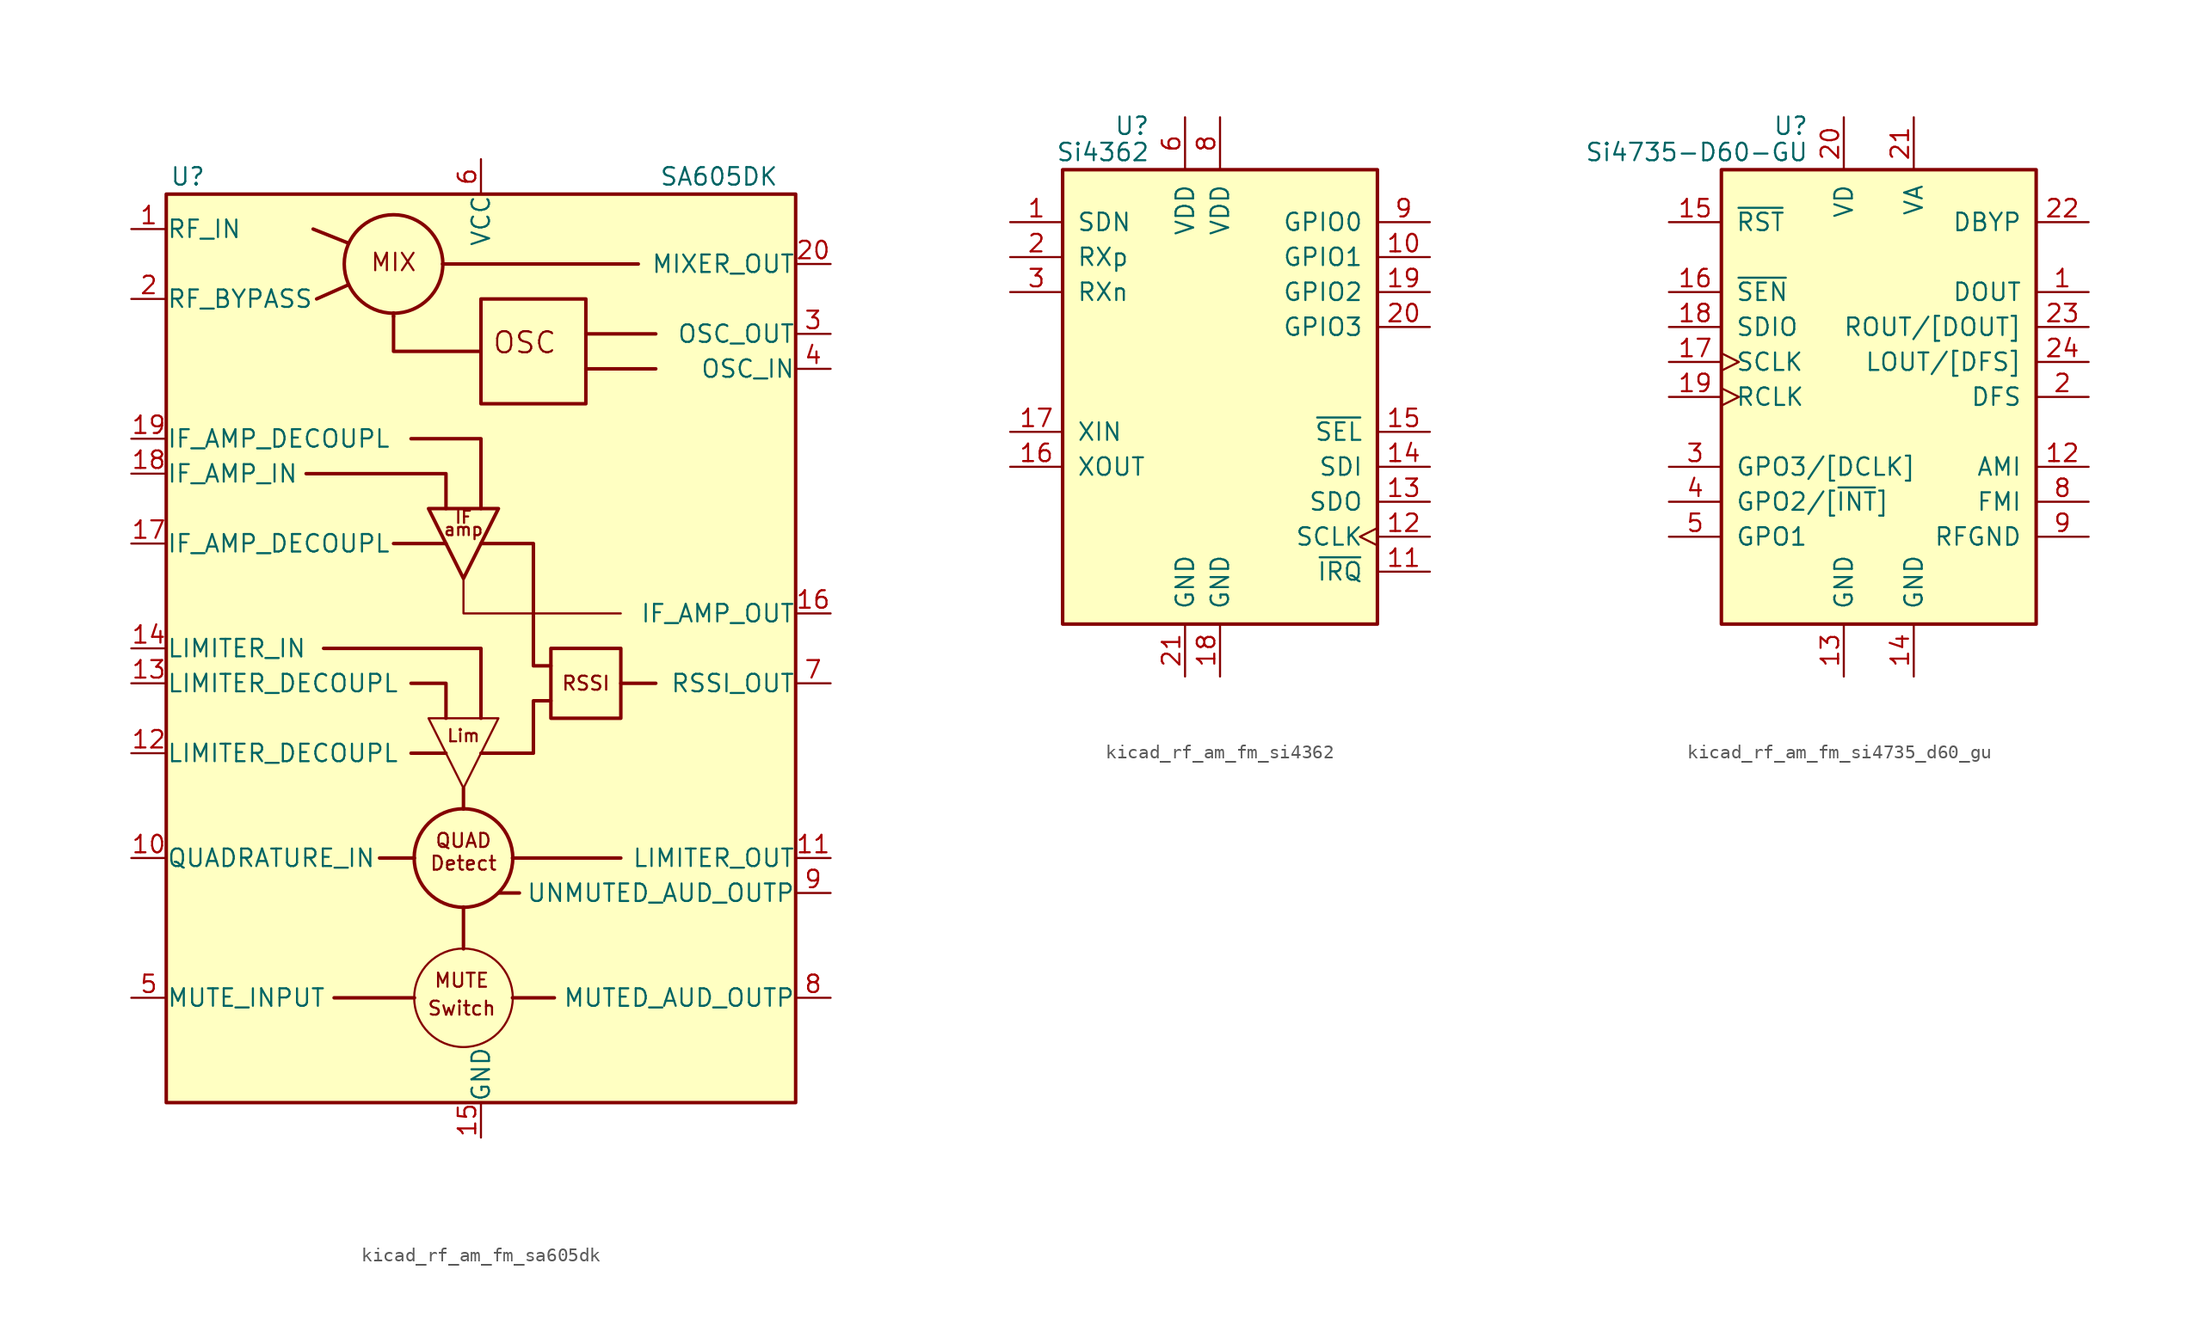
<source format=kicad_sym>
(kicad_symbol_lib
  (version 20220914)
  (generator kicad_symbol_editor)
  (symbol "kicad_rf_am_fm_sa605dk"
    (pin_names
      (offset 0.025))
    (property "Reference" "U"
      (at -22.606 24.13 0)
      (effects (font (size 1.27 1.27)) (justify left)))
    (property "Value" "SA605DK"
      (at 12.954 24.13 0)
      (effects (font (size 1.27 1.27)) (justify left)))
    (symbol "kicad_rf_am_fm_sa605dk_0_0"
      (circle (center -1.27 -35.56) (radius 3.581) (stroke (width 0) (type default)) (fill (type none)))
      (circle (center -1.27 -25.4) (radius 3.581) (stroke (width 0.254) (type default)) (fill (type none)))
      (polyline (pts (xy -12.192 20.32) (xy -9.652 19.304)) (stroke (width 0.254) (type default)) (fill (type none)))
      (polyline (pts (xy -11.938 15.24) (xy -9.652 16.256)) (stroke (width 0.254) (type default)) (fill (type none)))
      (polyline (pts (xy -6.35 -2.54) (xy -2.54 -2.54)) (stroke (width 0.254) (type default)) (fill (type none)))
      (polyline (pts (xy -6.35 13.97) (xy -6.35 14.224)) (stroke (width 0.254) (type default)) (fill (type none)))
      (polyline (pts (xy -4.826 -35.56) (xy -10.668 -35.56)) (stroke (width 0.254) (type default)) (fill (type none)))
      (polyline (pts (xy -4.826 -25.4) (xy -7.366 -25.4)) (stroke (width 0.254) (type default)) (fill (type none)))
      (polyline (pts (xy -2.54 -17.78) (xy -5.08 -17.78)) (stroke (width 0.254) (type default)) (fill (type none)))
      (polyline (pts (xy -2.54 17.78) (xy -2.794 17.78)) (stroke (width 0.254) (type default)) (fill (type none)))
      (polyline (pts (xy -1.27 -28.956) (xy -1.27 -32.004)) (stroke (width 0.254) (type default)) (fill (type none)))
      (polyline (pts (xy -1.27 -20.32) (xy -1.27 -21.844)) (stroke (width 0.254) (type default)) (fill (type none)))
      (polyline (pts (xy 1.27 -27.94) (xy 2.794 -27.94)) (stroke (width 0.254) (type default)) (fill (type none)))
      (polyline (pts (xy 2.286 -35.56) (xy 5.334 -35.56)) (stroke (width 0.254) (type default)) (fill (type none)))
      (polyline (pts (xy 2.286 -25.4) (xy 10.16 -25.4)) (stroke (width 0.254) (type default)) (fill (type none)))
      (polyline (pts (xy 7.62 10.16) (xy 12.7 10.16)) (stroke (width 0.254) (type default)) (fill (type none)))
      (polyline (pts (xy 10.16 -12.7) (xy 12.7 -12.7)) (stroke (width 0.254) (type default)) (fill (type none)))
      (polyline (pts (xy 11.43 17.78) (xy -2.54 17.78)) (stroke (width 0.254) (type default)) (fill (type none)))
      (polyline (pts (xy 12.7 12.7) (xy 7.62 12.7)) (stroke (width 0.254) (type default)) (fill (type none)))
      (polyline (pts (xy -12.7 2.54) (xy -2.54 2.54) (xy -2.54 0)) (stroke (width 0.254) (type default)) (fill (type none)))
      (polyline (pts (xy -11.43 -10.16) (xy 0 -10.16) (xy 0 -15.24)) (stroke (width 0.254) (type default)) (fill (type none)))
      (polyline (pts (xy -5.08 5.08) (xy 0 5.08) (xy 0 0)) (stroke (width 0.254) (type default)) (fill (type none)))
      (polyline (pts (xy -2.54 -15.24) (xy -2.54 -12.7) (xy -5.08 -12.7)) (stroke (width 0.254) (type default)) (fill (type none)))
      (polyline (pts (xy 0 11.43) (xy -6.35 11.43) (xy -6.35 13.97)) (stroke (width 0.254) (type default)) (fill (type none)))
      (polyline (pts (xy 0 -17.78) (xy 3.81 -17.78) (xy 3.81 -13.97) (xy 5.08 -13.97)) (stroke (width 0.254) (type default)) (fill (type none)))
      (polyline (pts (xy 0 -2.54) (xy 3.81 -2.54) (xy 3.81 -11.43) (xy 5.08 -11.43)) (stroke (width 0.254) (type default)) (fill (type none)))
      (polyline (pts (xy 1.27 -15.24) (xy -3.81 -15.24) (xy -1.27 -20.32) (xy 1.27 -15.24) (xy 1.27 -15.24)) (stroke (width 0) (type default)) (fill (type background)))
      (polyline (pts (xy 1.27 0) (xy -3.81 0) (xy -1.27 -5.08) (xy 1.27 0) (xy 1.27 0)) (stroke (width 0.254) (type default)) (fill (type background)))
      (text "amp" (at -1.27 -1.524 0) (effects (font (size 0.889 0.889))))
      (text "Detect" (at -1.27 -25.781 0) (effects (font (size 1.016 1.016))))
      (text "IF" (at -1.27 -0.635 0) (effects (font (size 0.889 0.889))))
      (text "Lim" (at -1.27 -16.51 0) (effects (font (size 0.889 0.889))))
      (text "MIX" (at -6.35 17.907 0) (effects (font (size 1.27 1.27))))
      (text "MUTE" (at -1.397 -34.29 0) (effects (font (size 1.016 1.016))))
      (text "OSC" (at 3.175 12.065 0) (effects (font (size 1.524 1.524))))
      (text "QUAD" (at -1.27 -24.13 0) (effects (font (size 1.016 1.016))))
      (text "RSSI" (at 7.62 -12.7 0) (effects (font (size 1.016 1.016))))
      (text "Switch" (at -1.397 -36.322 0) (effects (font (size 1.016 1.016)))))
    (symbol "kicad_rf_am_fm_sa605dk_0_1"
      (rectangle (start -22.86 22.86) (end 22.86 -43.18) (stroke (width 0.254) (type default)) (fill (type background)))
      (circle (center -6.35 17.78) (radius 3.581) (stroke (width 0.254) (type default)) (fill (type none)))
      (polyline (pts (xy -1.27 -5.08) (xy -1.27 -7.62) (xy 10.16 -7.62)) (stroke (width 0) (type default)) (fill (type none)))
      (rectangle (start 0 15.24) (end 7.62 7.62) (stroke (width 0.254) (type default)) (fill (type none)))
      (rectangle (start 5.08 -10.16) (end 10.16 -15.24) (stroke (width 0.254) (type default)) (fill (type none))))
    (symbol "kicad_rf_am_fm_sa605dk_1_1"
      (pin input line (at -25.4 20.32 0) (length 2.54) (name "RF_IN" (effects (font (size 1.27 1.27)))) (number "1" (effects (font (size 1.27 1.27)))))
      (pin input line (at -25.4 -25.4 0) (length 2.54) (name "QUADRATURE_IN" (effects (font (size 1.27 1.27)))) (number "10" (effects (font (size 1.27 1.27)))))
      (pin output line (at 25.4 -25.4 180) (length 2.54) (name "LIMITER_OUT" (effects (font (size 1.27 1.27)))) (number "11" (effects (font (size 1.27 1.27)))))
      (pin input line (at -25.4 -17.78 0) (length 2.54) (name "LIMITER_DECOUPL" (effects (font (size 1.27 1.27)))) (number "12" (effects (font (size 1.27 1.27)))))
      (pin input line (at -25.4 -12.7 0) (length 2.54) (name "LIMITER_DECOUPL" (effects (font (size 1.27 1.27)))) (number "13" (effects (font (size 1.27 1.27)))))
      (pin input line (at -25.4 -10.16 0) (length 2.54) (name "LIMITER_IN" (effects (font (size 1.27 1.27)))) (number "14" (effects (font (size 1.27 1.27)))))
      (pin power_in line (at 0 -45.72 90) (length 2.54) (name "GND" (effects (font (size 1.27 1.27)))) (number "15" (effects (font (size 1.27 1.27)))))
      (pin output line (at 25.4 -7.62 180) (length 2.54) (name "IF_AMP_OUT" (effects (font (size 1.27 1.27)))) (number "16" (effects (font (size 1.27 1.27)))))
      (pin input line (at -25.4 -2.54 0) (length 2.54) (name "IF_AMP_DECOUPL" (effects (font (size 1.27 1.27)))) (number "17" (effects (font (size 1.27 1.27)))))
      (pin input line (at -25.4 2.54 0) (length 2.54) (name "IF_AMP_IN" (effects (font (size 1.27 1.27)))) (number "18" (effects (font (size 1.27 1.27)))))
      (pin input line (at -25.4 5.08 0) (length 2.54) (name "IF_AMP_DECOUPL" (effects (font (size 1.27 1.27)))) (number "19" (effects (font (size 1.27 1.27)))))
      (pin input line (at -25.4 15.24 0) (length 2.54) (name "RF_BYPASS" (effects (font (size 1.27 1.27)))) (number "2" (effects (font (size 1.27 1.27)))))
      (pin output line (at 25.4 17.78 180) (length 2.54) (name "MIXER_OUT" (effects (font (size 1.27 1.27)))) (number "20" (effects (font (size 1.27 1.27)))))
      (pin output line (at 25.4 12.7 180) (length 2.54) (name "OSC_OUT" (effects (font (size 1.27 1.27)))) (number "3" (effects (font (size 1.27 1.27)))))
      (pin input line (at 25.4 10.16 180) (length 2.54) (name "OSC_IN" (effects (font (size 1.27 1.27)))) (number "4" (effects (font (size 1.27 1.27)))))
      (pin input line (at -25.4 -35.56 0) (length 2.54) (name "MUTE_INPUT" (effects (font (size 1.27 1.27)))) (number "5" (effects (font (size 1.27 1.27)))))
      (pin power_in line (at 0 25.4 270) (length 2.54) (name "VCC" (effects (font (size 1.27 1.27)))) (number "6" (effects (font (size 1.27 1.27)))))
      (pin output line (at 25.4 -12.7 180) (length 2.54) (name "RSSI_OUT" (effects (font (size 1.27 1.27)))) (number "7" (effects (font (size 1.27 1.27)))))
      (pin output line (at 25.4 -35.56 180) (length 2.54) (name "MUTED_AUD_OUTP" (effects (font (size 1.27 1.27)))) (number "8" (effects (font (size 1.27 1.27)))))
      (pin output line (at 25.4 -27.94 180) (length 2.54) (name "UNMUTED_AUD_OUTP" (effects (font (size 1.27 1.27)))) (number "9" (effects (font (size 1.27 1.27)))))))
  (symbol "kicad_rf_am_fm_si4362"
    (pin_names
      (offset 1.016))
    (property "Reference" "U"
      (at -5.08 19.685 0)
      (effects (font (size 1.27 1.27)) (justify right)))
    (property "Value" "Si4362"
      (at -5.08 17.78 0)
      (effects (font (size 1.27 1.27)) (justify right)))
    (symbol "kicad_rf_am_fm_si4362_0_1"
      (rectangle (start -11.43 16.51) (end 11.43 -16.51) (stroke (width 0.254) (type default)) (fill (type background))))
    (symbol "kicad_rf_am_fm_si4362_1_1"
      (pin input line (at -15.24 12.7 0) (length 3.81) (name "SDN" (effects (font (size 1.27 1.27)))) (number "1" (effects (font (size 1.27 1.27)))))
      (pin bidirectional line (at 15.24 10.16 180) (length 3.81) (name "GPIO1" (effects (font (size 1.27 1.27)))) (number "10" (effects (font (size 1.27 1.27)))))
      (pin output line (at 15.24 -12.7 180) (length 3.81) (name "~{IRQ}" (effects (font (size 1.27 1.27)))) (number "11" (effects (font (size 1.27 1.27)))))
      (pin input clock (at 15.24 -10.16 180) (length 3.81) (name "SCLK" (effects (font (size 1.27 1.27)))) (number "12" (effects (font (size 1.27 1.27)))))
      (pin output line (at 15.24 -7.62 180) (length 3.81) (name "SDO" (effects (font (size 1.27 1.27)))) (number "13" (effects (font (size 1.27 1.27)))))
      (pin input line (at 15.24 -5.08 180) (length 3.81) (name "SDI" (effects (font (size 1.27 1.27)))) (number "14" (effects (font (size 1.27 1.27)))))
      (pin input line (at 15.24 -2.54 180) (length 3.81) (name "~{SEL}" (effects (font (size 1.27 1.27)))) (number "15" (effects (font (size 1.27 1.27)))))
      (pin output line (at -15.24 -5.08 0) (length 3.81) (name "XOUT" (effects (font (size 1.27 1.27)))) (number "16" (effects (font (size 1.27 1.27)))))
      (pin input line (at -15.24 -2.54 0) (length 3.81) (name "XIN" (effects (font (size 1.27 1.27)))) (number "17" (effects (font (size 1.27 1.27)))))
      (pin power_in line (at 0 -20.32 90) (length 3.81) (name "GND" (effects (font (size 1.27 1.27)))) (number "18" (effects (font (size 1.27 1.27)))))
      (pin bidirectional line (at 15.24 7.62 180) (length 3.81) (name "GPIO2" (effects (font (size 1.27 1.27)))) (number "19" (effects (font (size 1.27 1.27)))))
      (pin input line (at -15.24 10.16 0) (length 3.81) (name "RXp" (effects (font (size 1.27 1.27)))) (number "2" (effects (font (size 1.27 1.27)))))
      (pin bidirectional line (at 15.24 5.08 180) (length 3.81) (name "GPIO3" (effects (font (size 1.27 1.27)))) (number "20" (effects (font (size 1.27 1.27)))))
      (pin power_in line (at -2.54 -20.32 90) (length 3.81) (name "GND" (effects (font (size 1.27 1.27)))) (number "21" (effects (font (size 1.27 1.27)))))
      (pin input line (at -15.24 7.62 0) (length 3.81) (name "RXn" (effects (font (size 1.27 1.27)))) (number "3" (effects (font (size 1.27 1.27)))))
      (pin no_connect line (at 2.54 -16.51 90) (length 3.81) hide (name "NC" (effects (font (size 1.27 1.27)))) (number "4" (effects (font (size 1.27 1.27)))))
      (pin no_connect line (at 5.08 -16.51 90) (length 3.81) hide (name "NC" (effects (font (size 1.27 1.27)))) (number "5" (effects (font (size 1.27 1.27)))))
      (pin power_in line (at -2.54 20.32 270) (length 3.81) (name "VDD" (effects (font (size 1.27 1.27)))) (number "6" (effects (font (size 1.27 1.27)))))
      (pin no_connect line (at 7.62 -16.51 90) (length 3.81) hide (name "NC" (effects (font (size 1.27 1.27)))) (number "7" (effects (font (size 1.27 1.27)))))
      (pin power_in line (at 0 20.32 270) (length 3.81) (name "VDD" (effects (font (size 1.27 1.27)))) (number "8" (effects (font (size 1.27 1.27)))))
      (pin bidirectional line (at 15.24 12.7 180) (length 3.81) (name "GPIO0" (effects (font (size 1.27 1.27)))) (number "9" (effects (font (size 1.27 1.27)))))))
  (symbol "kicad_rf_am_fm_si4735_d60_gu"
    (pin_names
      (offset 1.016))
    (property "Reference" "U"
      (at -5.08 19.685 0)
      (effects (font (size 1.27 1.27)) (justify right)))
    (property "Value" "Si4735-D60-GU"
      (at -5.08 17.78 0)
      (effects (font (size 1.27 1.27)) (justify right)))
    (symbol "kicad_rf_am_fm_si4735_d60_gu_0_1"
      (rectangle (start 11.43 16.51) (end -11.43 -16.51) (stroke (width 0.254) (type default)) (fill (type background))))
    (symbol "kicad_rf_am_fm_si4735_d60_gu_1_1"
      (pin output line (at 15.24 7.62 180) (length 3.81) (name "DOUT" (effects (font (size 1.27 1.27)))) (number "1" (effects (font (size 1.27 1.27)))))
      (pin no_connect line (at -5.08 -16.51 90) (length 3.81) hide (name "NC" (effects (font (size 1.27 1.27)))) (number "10" (effects (font (size 1.27 1.27)))))
      (pin no_connect line (at 5.08 -16.51 90) (length 3.81) hide (name "NC" (effects (font (size 1.27 1.27)))) (number "11" (effects (font (size 1.27 1.27)))))
      (pin input line (at 15.24 -5.08 180) (length 3.81) (name "AMI" (effects (font (size 1.27 1.27)))) (number "12" (effects (font (size 1.27 1.27)))))
      (pin power_in line (at -2.54 -20.32 90) (length 3.81) (name "GND" (effects (font (size 1.27 1.27)))) (number "13" (effects (font (size 1.27 1.27)))))
      (pin power_in line (at 2.54 -20.32 90) (length 3.81) (name "GND" (effects (font (size 1.27 1.27)))) (number "14" (effects (font (size 1.27 1.27)))))
      (pin input line (at -15.24 12.7 0) (length 3.81) (name "~{RST}" (effects (font (size 1.27 1.27)))) (number "15" (effects (font (size 1.27 1.27)))))
      (pin input line (at -15.24 7.62 0) (length 3.81) (name "~{SEN}" (effects (font (size 1.27 1.27)))) (number "16" (effects (font (size 1.27 1.27)))))
      (pin input clock (at -15.24 2.54 0) (length 3.81) (name "SCLK" (effects (font (size 1.27 1.27)))) (number "17" (effects (font (size 1.27 1.27)))))
      (pin bidirectional line (at -15.24 5.08 0) (length 3.81) (name "SDIO" (effects (font (size 1.27 1.27)))) (number "18" (effects (font (size 1.27 1.27)))))
      (pin input clock (at -15.24 0 0) (length 3.81) (name "RCLK" (effects (font (size 1.27 1.27)))) (number "19" (effects (font (size 1.27 1.27)))))
      (pin input line (at 15.24 0 180) (length 3.81) (name "DFS" (effects (font (size 1.27 1.27)))) (number "2" (effects (font (size 1.27 1.27)))))
      (pin power_in line (at -2.54 20.32 270) (length 3.81) (name "VD" (effects (font (size 1.27 1.27)))) (number "20" (effects (font (size 1.27 1.27)))))
      (pin power_in line (at 2.54 20.32 270) (length 3.81) (name "VA" (effects (font (size 1.27 1.27)))) (number "21" (effects (font (size 1.27 1.27)))))
      (pin passive line (at 15.24 12.7 180) (length 3.81) (name "DBYP" (effects (font (size 1.27 1.27)))) (number "22" (effects (font (size 1.27 1.27)))))
      (pin output line (at 15.24 5.08 180) (length 3.81) (name "ROUT/[DOUT]" (effects (font (size 1.27 1.27)))) (number "23" (effects (font (size 1.27 1.27)))))
      (pin bidirectional line (at 15.24 2.54 180) (length 3.81) (name "LOUT/[DFS]" (effects (font (size 1.27 1.27)))) (number "24" (effects (font (size 1.27 1.27)))))
      (pin bidirectional line (at -15.24 -5.08 0) (length 3.81) (name "GPO3/[DCLK]" (effects (font (size 1.27 1.27)))) (number "3" (effects (font (size 1.27 1.27)))))
      (pin output line (at -15.24 -7.62 0) (length 3.81) (name "GPO2/[~{INT}]" (effects (font (size 1.27 1.27)))) (number "4" (effects (font (size 1.27 1.27)))))
      (pin output line (at -15.24 -10.16 0) (length 3.81) (name "GPO1" (effects (font (size 1.27 1.27)))) (number "5" (effects (font (size 1.27 1.27)))))
      (pin no_connect line (at -11.43 -12.7 0) (length 3.81) hide (name "NC" (effects (font (size 1.27 1.27)))) (number "6" (effects (font (size 1.27 1.27)))))
      (pin no_connect line (at 11.43 -12.7 180) (length 3.81) hide (name "NC" (effects (font (size 1.27 1.27)))) (number "7" (effects (font (size 1.27 1.27)))))
      (pin input line (at 15.24 -7.62 180) (length 3.81) (name "FMI" (effects (font (size 1.27 1.27)))) (number "8" (effects (font (size 1.27 1.27)))))
      (pin power_in line (at 15.24 -10.16 180) (length 3.81) (name "RFGND" (effects (font (size 1.27 1.27)))) (number "9" (effects (font (size 1.27 1.27))))))))
</source>
